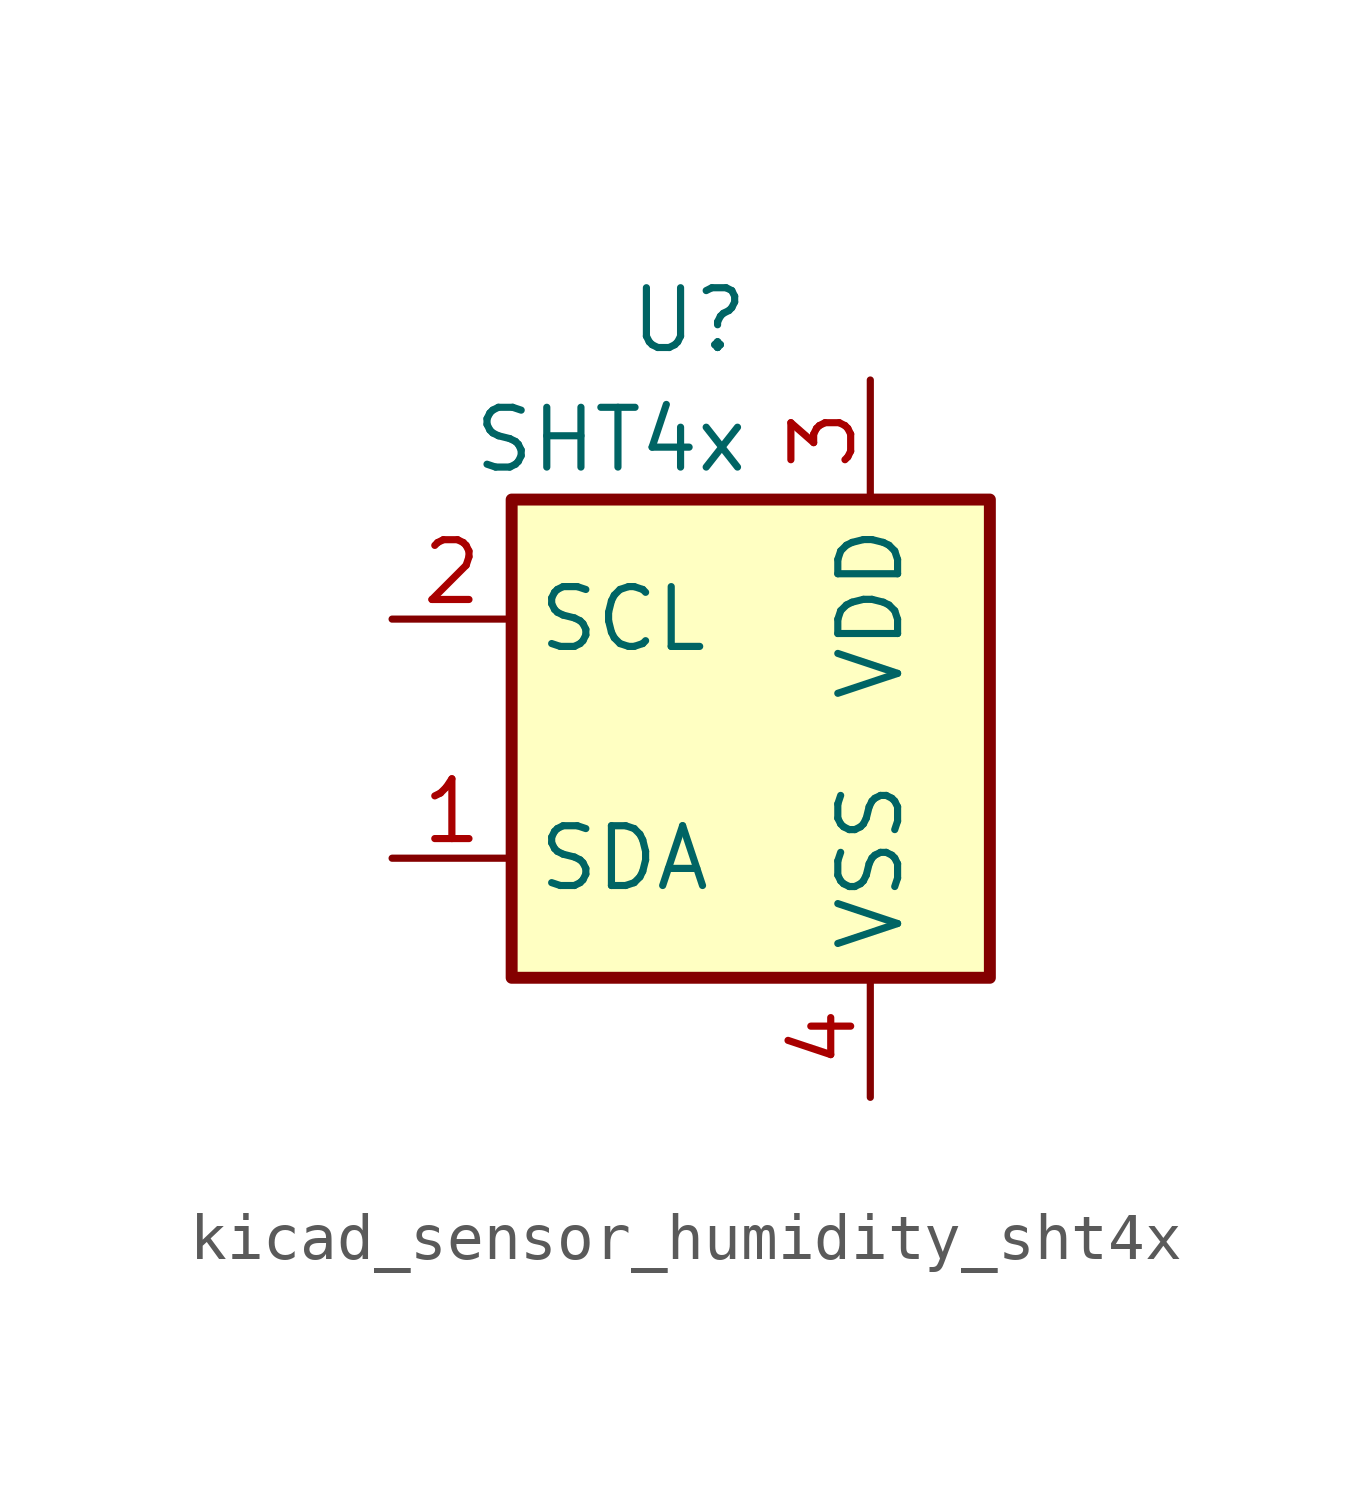
<source format=kicad_sym>
(kicad_symbol_lib
  (version 20220914)
  (generator kicad_symbol_editor)
  (symbol "kicad_sensor_humidity_sht4x"
    (property "Reference" "U"
      (at 0 8.89 0)
      (effects (font (size 1.27 1.27)) (justify right)))
    (property "Value" "SHT4x"
      (at 0 6.35 0)
      (effects (font (size 1.27 1.27)) (justify right)))
    (symbol "kicad_sensor_humidity_sht4x_1_1"
      (rectangle (start -5.08 5.08) (end 5.08 -5.08) (stroke (width 0.254) (type default)) (fill (type background)))
      (pin bidirectional line (at -7.62 -2.54 0) (length 2.54) (name "SDA" (effects (font (size 1.27 1.27)))) (number "1" (effects (font (size 1.27 1.27)))))
      (pin input line (at -7.62 2.54 0) (length 2.54) (name "SCL" (effects (font (size 1.27 1.27)))) (number "2" (effects (font (size 1.27 1.27)))))
      (pin power_in line (at 2.54 7.62 270) (length 2.54) (name "VDD" (effects (font (size 1.27 1.27)))) (number "3" (effects (font (size 1.27 1.27)))))
      (pin power_in line (at 2.54 -7.62 90) (length 2.54) (name "VSS" (effects (font (size 1.27 1.27)))) (number "4" (effects (font (size 1.27 1.27))))))))
</source>
